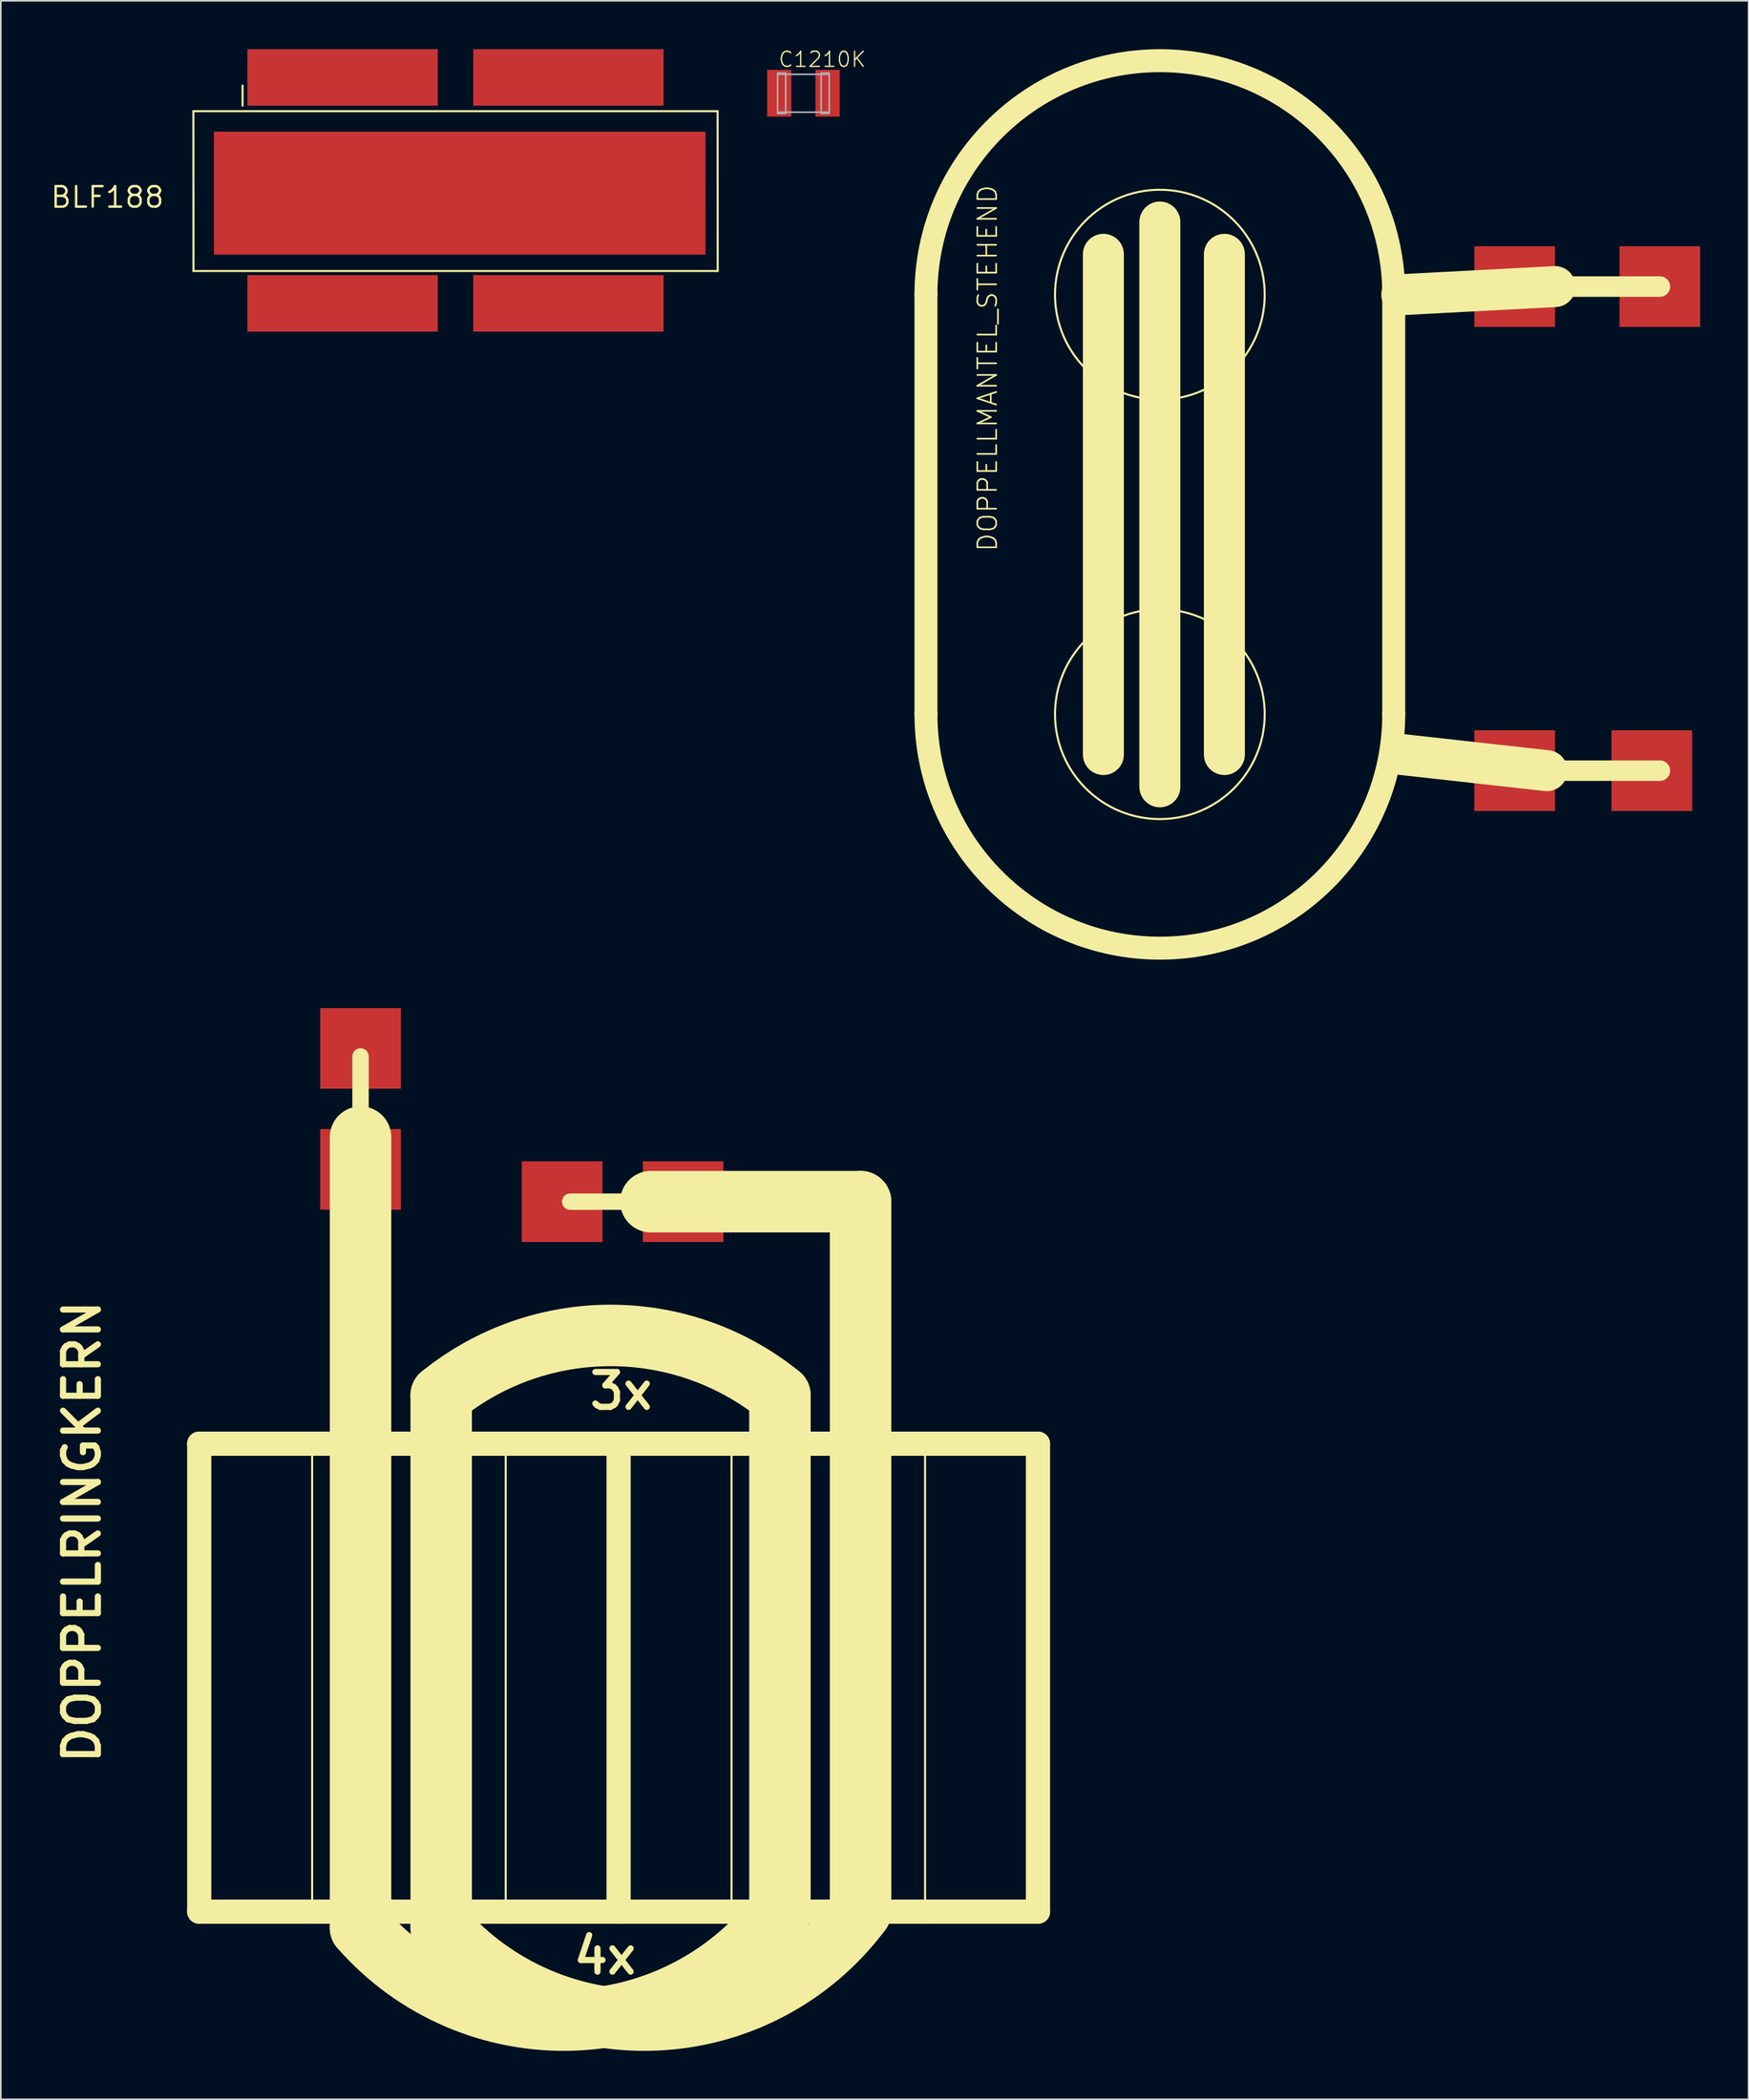
<source format=kicad_pcb>
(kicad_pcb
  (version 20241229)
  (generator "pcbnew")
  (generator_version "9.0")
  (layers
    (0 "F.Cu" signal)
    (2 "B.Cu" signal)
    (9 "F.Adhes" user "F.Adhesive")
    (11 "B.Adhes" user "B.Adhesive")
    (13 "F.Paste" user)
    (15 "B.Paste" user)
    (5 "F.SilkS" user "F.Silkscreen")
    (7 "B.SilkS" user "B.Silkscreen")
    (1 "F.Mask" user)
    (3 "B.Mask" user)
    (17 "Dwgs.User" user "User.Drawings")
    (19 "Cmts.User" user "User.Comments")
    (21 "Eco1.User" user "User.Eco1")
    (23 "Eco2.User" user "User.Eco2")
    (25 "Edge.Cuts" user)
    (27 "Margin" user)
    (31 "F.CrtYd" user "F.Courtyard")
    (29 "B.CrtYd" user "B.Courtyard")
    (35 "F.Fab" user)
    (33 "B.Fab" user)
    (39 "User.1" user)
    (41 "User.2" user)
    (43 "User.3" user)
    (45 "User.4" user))
  (footprint "BLF188"
    (layer "F.Cu")
    (at 8.178 10.444)
    (property "Reference" "BLF188" (at -4.572 -1.27 0) (layer "F.SilkS") (effects (font (size 1.27 1.27) (thickness 0.15))))
    (fp_line (start 0.762 -6.604) (end 0.768 3.302) (stroke (width 0.127) (type solid)) (layer "F.SilkS"))
    (fp_line (start 0.768 3.302) (end 33.268 3.302) (stroke (width 0.127) (type solid)) (layer "F.SilkS"))
    (fp_line (start 3.81 -6.944) (end 3.81 -8.194) (stroke (width 0.127) (type solid)) (layer "F.SilkS"))
    (fp_line (start 4.012 -6.604) (end 0.762 -6.604) (stroke (width 0.127) (type solid)) (layer "F.SilkS"))
    (fp_line (start 33.262 -6.604) (end 4.012 -6.604) (stroke (width 0.127) (type solid)) (layer "F.SilkS"))
    (fp_line (start 33.268 3.302) (end 33.262 -6.604) (stroke (width 0.127) (type solid)) (layer "F.SilkS"))
    (pad "1" smd rect (at 10.012 -8.694 90) (size 3.5 11.8) (layers "F.Cu" "F.Mask" "F.Paste"))
    (pad "2" smd rect (at 24.012 -8.694 90) (size 3.5 11.8) (layers "F.Cu" "F.Mask" "F.Paste"))
    (pad "3" smd rect (at 10.012 5.306 90) (size 3.5 11.8) (layers "F.Cu" "F.Mask" "F.Paste"))
    (pad "4" smd rect (at 24.012 5.306 90) (size 3.5 11.8) (layers "F.Cu" "F.Mask" "F.Paste"))
    (pad "5" smd rect (at 17.272 -1.524) (size 30.48 7.62) (layers "F.Cu" "F.Mask" "F.Paste")))
  (footprint "DOPPELLMANTEL_STEHEND"
    (layer "F.Cu")
    (at 54.357 55.211)
    (property "Reference" "DOPPELLMANTEL_STEHEND" (at 4.5 -24 90) (layer "F.SilkS") (effects (font (size 1.168 1.168) (thickness 0.102)) (justify left bottom)))
    (fp_line (start 0 -40) (end 0 -14) (stroke (width 1.422) (type solid)) (layer "F.SilkS"))
    (fp_line (start 11 -42.5) (end 11 -11.5) (stroke (width 2.54) (type solid)) (layer "F.SilkS"))
    (fp_line (start 14.5 -44.5) (end 14.5 -9.5) (stroke (width 2.54) (type solid)) (layer "F.SilkS"))
    (fp_line (start 18.5 -42.5) (end 18.5 -11.5) (stroke (width 2.54) (type solid)) (layer "F.SilkS"))
    (fp_line (start 29 -14) (end 29 -40) (stroke (width 1.422) (type solid)) (layer "F.SilkS"))
    (fp_line (start 38.5 -10.5) (end 29.5 -11.5) (stroke (width 2.54) (type solid)) (layer "F.SilkS"))
    (fp_line (start 39 -40.5) (end 29.5 -40) (stroke (width 2.54) (type solid)) (layer "F.SilkS"))
    (fp_line (start 45.5 -40.5) (end 39 -40.5) (stroke (width 1.27) (type solid)) (layer "F.SilkS"))
    (fp_line (start 45.5 -10.5) (end 38.5 -10.5) (stroke (width 1.27) (type solid)) (layer "F.SilkS"))
    (fp_arc (start 0 -40) (mid 14.5 -54.5) (end 29 -40) (stroke (width 1.4224) (type solid)) (layer "F.SilkS"))
    (fp_arc (start 29 -14) (mid 14.5 0.5) (end 0 -14) (stroke (width 1.4224) (type solid)) (layer "F.SilkS"))
    (fp_circle (center 14.5 -40) (end 21 -40) (stroke (width 0.127) (type solid)) (fill no) (layer "F.SilkS"))
    (fp_circle (center 14.5 -14) (end 21 -14) (stroke (width 0.127) (type solid)) (fill no) (layer "F.SilkS"))
    (pad "P1" smd rect (at 36.5 -10.5 90) (size 5 5) (layers "F.Cu" "F.Mask" "F.Paste"))
    (pad "P2" smd rect (at 36.5 -40.5 270) (size 5 5) (layers "F.Cu" "F.Mask" "F.Paste"))
    (pad "S1" smd rect (at 45 -10.5 90) (size 5 5) (layers "F.Cu" "F.Mask" "F.Paste"))
    (pad "S2" smd rect (at 45.5 -40.5 270) (size 5 5) (layers "F.Cu" "F.Mask" "F.Paste")))
  (footprint "DOPPELRINGKERN"
    (layer "F.Cu")
    (at 9.302 115.422)
    (property "Reference" "DOPPELRINGKERN" (at -6 -9 90) (layer "F.SilkS") (effects (font (size 2.159 2.159) (thickness 0.381)) (justify left bottom)))
    (fp_line (start 0 -29) (end 0 0) (stroke (width 1.5) (type solid)) (layer "F.SilkS"))
    (fp_line (start 0 0) (end 7 0) (stroke (width 1.5) (type solid)) (layer "F.SilkS"))
    (fp_line (start 7 -29) (end 0 -29) (stroke (width 1.5) (type solid)) (layer "F.SilkS"))
    (fp_line (start 7 -29) (end 7 0) (stroke (width 0.127) (type solid)) (layer "F.SilkS"))
    (fp_line (start 7 0) (end 19 0) (stroke (width 1.5) (type solid)) (layer "F.SilkS"))
    (fp_line (start 10 -53) (end 10 -48) (stroke (width 1.016) (type solid)) (layer "F.SilkS"))
    (fp_line (start 10 -48) (end 10 1) (stroke (width 3.81) (type solid)) (layer "F.SilkS"))
    (fp_line (start 15 -32) (end 15 1) (stroke (width 3.81) (type solid)) (layer "F.SilkS"))
    (fp_line (start 19 -29) (end 7 -29) (stroke (width 1.5) (type solid)) (layer "F.SilkS"))
    (fp_line (start 19 -29) (end 19 0) (stroke (width 0.127) (type solid)) (layer "F.SilkS"))
    (fp_line (start 19 0) (end 26 0) (stroke (width 1.5) (type solid)) (layer "F.SilkS"))
    (fp_line (start 26 -29) (end 19 -29) (stroke (width 1.5) (type solid)) (layer "F.SilkS"))
    (fp_line (start 26 -29) (end 26 0) (stroke (width 1.5) (type solid)) (layer "F.SilkS"))
    (fp_line (start 26 0) (end 33 0) (stroke (width 1.5) (type solid)) (layer "F.SilkS"))
    (fp_line (start 28 -44) (end 23 -44) (stroke (width 1.016) (type solid)) (layer "F.SilkS"))
    (fp_line (start 33 -29) (end 26 -29) (stroke (width 1.5) (type solid)) (layer "F.SilkS"))
    (fp_line (start 33 -29) (end 33 0) (stroke (width 0.127) (type solid)) (layer "F.SilkS"))
    (fp_line (start 33 0) (end 36 0) (stroke (width 1.5) (type solid)) (layer "F.SilkS"))
    (fp_line (start 36 0) (end 36 -32) (stroke (width 3.81) (type solid)) (layer "F.SilkS"))
    (fp_line (start 36 0) (end 41 0) (stroke (width 1.5) (type solid)) (layer "F.SilkS"))
    (fp_line (start 41 -44) (end 28 -44) (stroke (width 3.81) (type solid)) (layer "F.SilkS"))
    (fp_line (start 41 0) (end 41 -44) (stroke (width 3.81) (type solid)) (layer "F.SilkS"))
    (fp_line (start 41 0) (end 45 0) (stroke (width 1.5) (type solid)) (layer "F.SilkS"))
    (fp_line (start 45 -29) (end 33 -29) (stroke (width 1.5) (type solid)) (layer "F.SilkS"))
    (fp_line (start 45 -29) (end 45 0) (stroke (width 0.127) (type solid)) (layer "F.SilkS"))
    (fp_line (start 45 0) (end 52 0) (stroke (width 1.5) (type solid)) (layer "F.SilkS"))
    (fp_line (start 52 -29) (end 45 -29) (stroke (width 1.5) (type solid)) (layer "F.SilkS"))
    (fp_line (start 52 0) (end 52 -29) (stroke (width 1.5) (type solid)) (layer "F.SilkS"))
    (fp_arc (start 14.999999 -31.999999) (mid 25.499999 -35.710775) (end 36 -32) (stroke (width 3.81) (type solid)) (layer "F.SilkS"))
    (fp_arc (start 35.999999 0) (mid 23.238818 6.709274) (end 10 1) (stroke (width 3.81) (type solid)) (layer "F.SilkS"))
    (fp_arc (start 40.999999 0) (mid 28.238818 6.709274) (end 15 1) (stroke (width 3.81) (type solid)) (layer "F.SilkS"))
    (fp_text user "3x" (at 24 -31 0) (layer "F.SilkS") (effects (font (size 2.159 2.159) (thickness 0.381)) (justify left bottom)))
    (fp_text user "4x" (at 23 4 0) (layer "F.SilkS") (effects (font (size 2.159 2.159) (thickness 0.381)) (justify left bottom)))
    (pad "P1" smd rect (at 10 -53.5) (size 5 5) (layers "F.Cu" "F.Mask" "F.Paste"))
    (pad "P2" smd rect (at 22.5 -44) (size 5 5) (layers "F.Cu" "F.Mask" "F.Paste"))
    (pad "S1" smd rect (at 10 -46) (size 5 5) (layers "F.Cu" "F.Mask" "F.Paste"))
    (pad "S2" smd rect (at 30 -44) (size 5 5) (layers "F.Cu" "F.Mask" "F.Paste")))
  (footprint "C1210K"
    (layer "F.Cu")
    (at 46.759 2.729)
    (property "Reference" "C1210K" (at -1.6 -1.55 0) (layer "F.SilkS") (effects (font (size 0.935 0.935) (thickness 0.081)) (justify left bottom)))
    (fp_line (start -1.525 -1.175) (end 1.525 -1.175) (stroke (width 0.102) (type solid)) (layer "F.Fab"))
    (fp_line (start 1.525 1.175) (end -1.525 1.175) (stroke (width 0.102) (type solid)) (layer "F.Fab"))
    (fp_poly (pts (xy -1.6 1.25) (xy -1.1 1.25) (xy -1.1 -1.25) (xy -1.6 -1.25)) (stroke (width 0.1) (type default)) (fill no) (layer "F.Fab"))
    (fp_poly (pts (xy 1.1 1.25) (xy 1.6 1.25) (xy 1.6 -1.25) (xy 1.1 -1.25)) (stroke (width 0.1) (type default)) (fill no) (layer "F.Fab"))
    (pad "1" smd rect (at -1.5 0) (size 1.5 2.9) (layers "F.Cu" "F.Mask" "F.Paste"))
    (pad "2" smd rect (at 1.5 0) (size 1.5 2.9) (layers "F.Cu" "F.Mask" "F.Paste")))
  (gr_rect
    (start -3 -3)
    (end 105.357 127.049)
    (stroke (width 0.1) (type default))
    (fill no)
    (layer "Edge.Cuts")))
</source>
